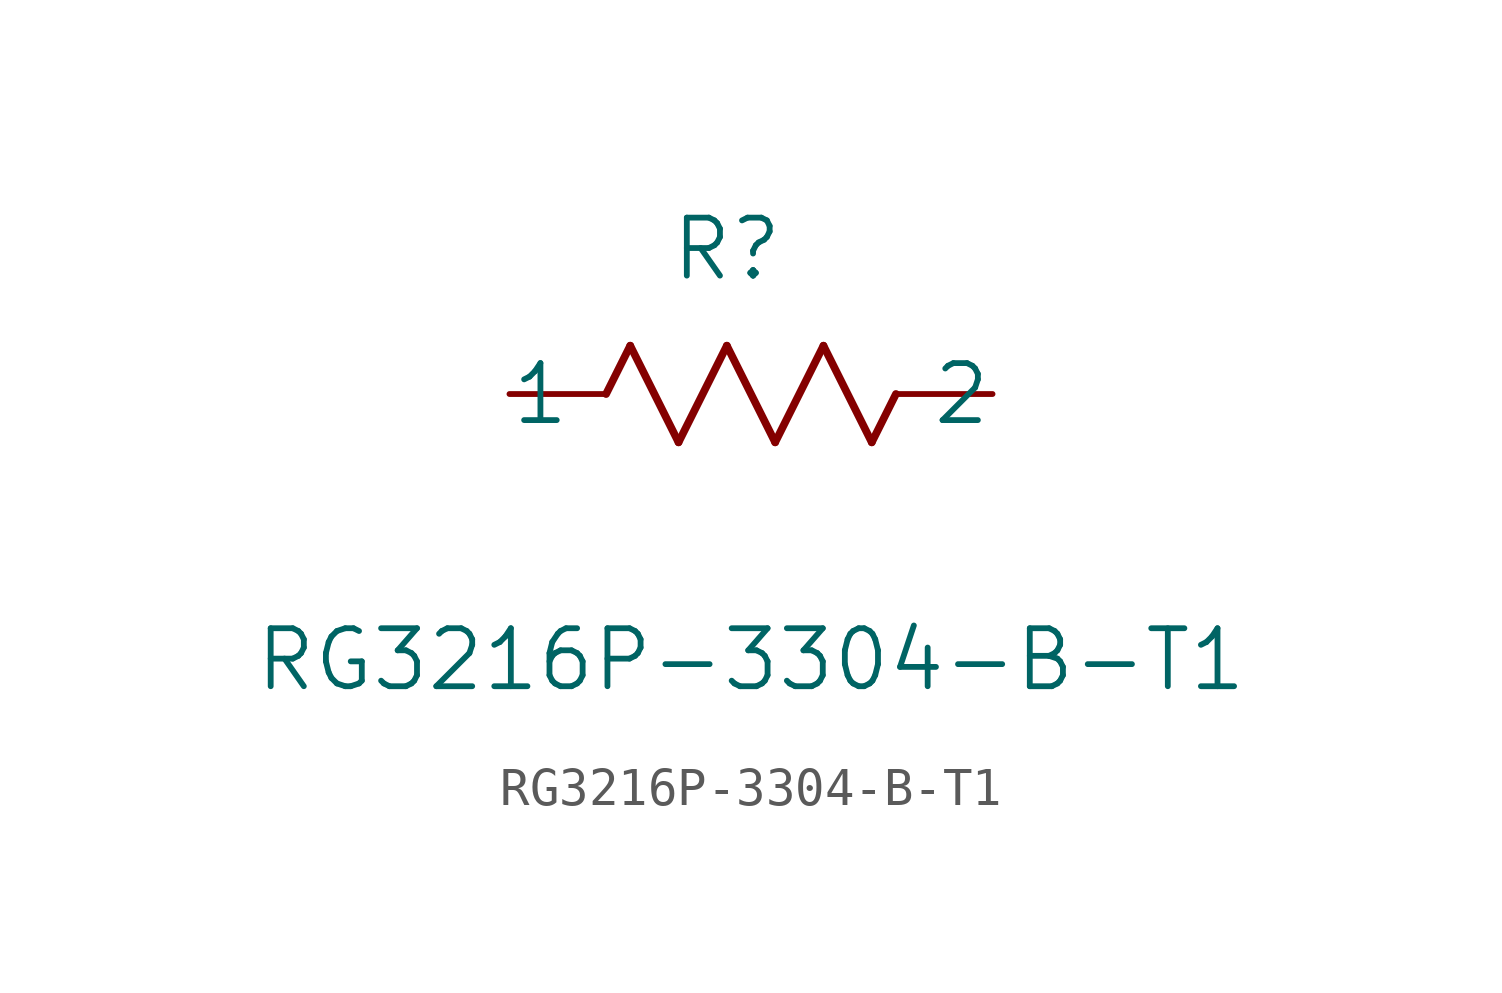
<source format=kicad_sym>
(kicad_symbol_lib
  (version 20211014)
  (generator kicad_symbol_editor)
  (symbol "RG3216P-3304-B-T1"
    (pin_numbers hide)
    (pin_names
      (offset -2.54))
    (property "Reference" "R"
      (at 5.715 3.81 0)
      (effects (font (size 1.524 1.524))))
    (property "Value" "RG3216P-3304-B-T1"
      (at 6.35 -6.985 0)
      (effects (font (size 1.524 1.524))))
    (property "Datasheet" ""
      (at 0 0 0)
      (effects (font (size 1.524 1.524))))
    (property "ki_locked" ""
      (at 0 0 0)
      (effects (font (size 1.27 1.27))))
    (symbol "RG3216P-3304-B-T1_1_1"
      (polyline (pts (xy 2.54 0) (xy 3.175 1.27)) (stroke (width 0.203) (type default) (color 0 0 0 0)) (fill (type none)))
      (polyline (pts (xy 3.175 1.27) (xy 4.445 -1.27)) (stroke (width 0.203) (type default) (color 0 0 0 0)) (fill (type none)))
      (polyline (pts (xy 4.445 -1.27) (xy 5.715 1.27)) (stroke (width 0.203) (type default) (color 0 0 0 0)) (fill (type none)))
      (polyline (pts (xy 5.715 1.27) (xy 6.985 -1.27)) (stroke (width 0.203) (type default) (color 0 0 0 0)) (fill (type none)))
      (polyline (pts (xy 6.985 -1.27) (xy 8.255 1.27)) (stroke (width 0.203) (type default) (color 0 0 0 0)) (fill (type none)))
      (polyline (pts (xy 8.255 1.27) (xy 9.525 -1.27)) (stroke (width 0.203) (type default) (color 0 0 0 0)) (fill (type none)))
      (polyline (pts (xy 9.525 -1.27) (xy 10.16 0)) (stroke (width 0.203) (type default) (color 0 0 0 0)) (fill (type none)))
      (pin unspecified line (at 0 0 0) (length 2.54) (name "1" (effects (font (size 1.499 1.499)))) (number "1" (effects (font (size 1.499 1.499)))))
      (pin unspecified line (at 12.7 0 180) (length 2.54) (name "2" (effects (font (size 1.499 1.499)))) (number "2" (effects (font (size 1.499 1.499))))))))
</source>
